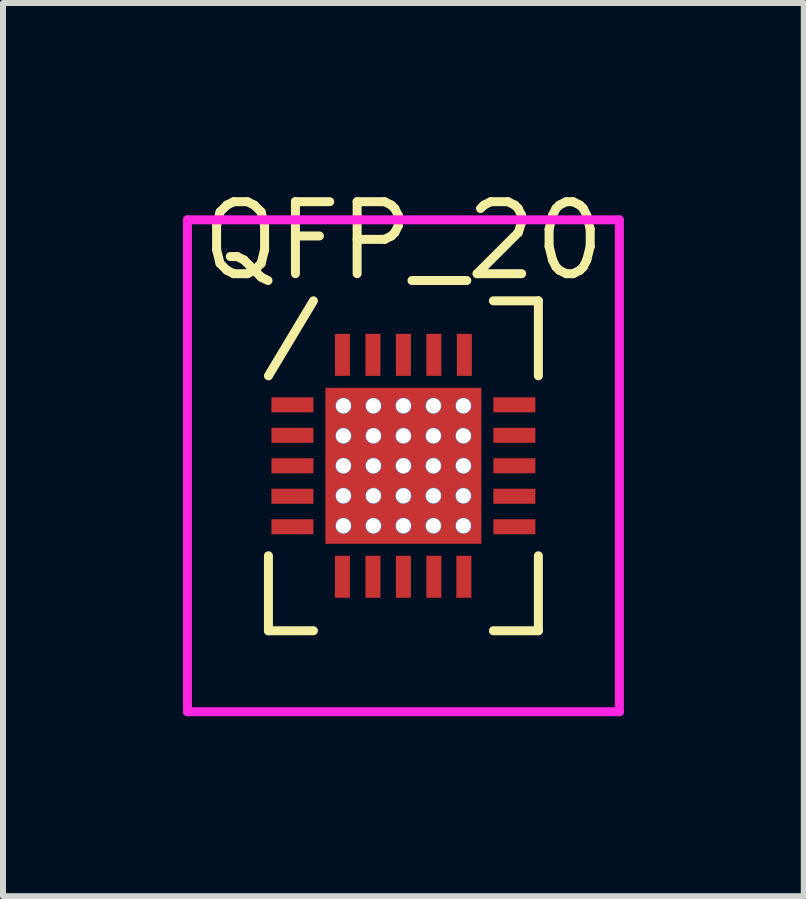
<source format=kicad_pcb>
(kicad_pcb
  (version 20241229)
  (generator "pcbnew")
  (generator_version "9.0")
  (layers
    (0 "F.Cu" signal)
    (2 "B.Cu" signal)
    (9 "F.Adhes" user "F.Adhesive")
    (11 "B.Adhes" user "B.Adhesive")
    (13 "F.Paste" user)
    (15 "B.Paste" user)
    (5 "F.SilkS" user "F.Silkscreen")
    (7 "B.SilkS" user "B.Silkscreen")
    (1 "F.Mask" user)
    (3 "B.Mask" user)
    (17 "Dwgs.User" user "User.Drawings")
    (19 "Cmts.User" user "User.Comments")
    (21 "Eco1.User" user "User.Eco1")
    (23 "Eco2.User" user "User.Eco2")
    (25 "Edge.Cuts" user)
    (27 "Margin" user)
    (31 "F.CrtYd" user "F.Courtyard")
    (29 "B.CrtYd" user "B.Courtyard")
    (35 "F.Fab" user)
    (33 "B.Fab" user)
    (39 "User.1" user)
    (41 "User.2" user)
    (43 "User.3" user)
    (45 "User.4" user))
  (footprint "QFP_20"
    (layer "F.Cu")
    (at 3.675 4.715)
    (property "Reference" "QFP_20" (at 0 -3.75 0) (layer "F.SilkS") (effects (font (size 1.2 1.2) (thickness 0.15))))
    (attr through_hole)
    (fp_line (start -2.25 -1.5) (end -1.5 -2.75) (stroke (width 0.15) (type solid)) (layer "F.SilkS"))
    (fp_line (start -2.25 2.75) (end -2.25 1.5) (stroke (width 0.15) (type solid)) (layer "F.SilkS"))
    (fp_line (start -1.5 2.75) (end -2.25 2.75) (stroke (width 0.15) (type solid)) (layer "F.SilkS"))
    (fp_line (start 1.5 -2.75) (end 2.25 -2.75) (stroke (width 0.15) (type solid)) (layer "F.SilkS"))
    (fp_line (start 1.5 2.75) (end 2.25 2.75) (stroke (width 0.15) (type solid)) (layer "F.SilkS"))
    (fp_line (start 2.25 -2.75) (end 2.25 -1.5) (stroke (width 0.15) (type solid)) (layer "F.SilkS"))
    (fp_line (start 2.25 2.75) (end 2.25 1.5) (stroke (width 0.15) (type solid)) (layer "F.SilkS"))
    (fp_line (start -3.6 -4.1) (end 3.6 -4.1) (stroke (width 0.15) (type solid)) (layer "F.CrtYd"))
    (fp_line (start -3.6 4.1) (end -3.6 -4.1) (stroke (width 0.15) (type solid)) (layer "F.CrtYd"))
    (fp_line (start 3.6 -4.1) (end 3.6 4.1) (stroke (width 0.15) (type solid)) (layer "F.CrtYd"))
    (fp_line (start 3.6 4.1) (end -3.6 4.1) (stroke (width 0.15) (type solid)) (layer "F.CrtYd"))
    (pad "1" smd rect (at -1.85 -1.016 90) (size 0.25 0.7) (layers "F.Cu" "F.Mask" "F.Paste"))
    (pad "2" smd rect (at -1.85 -0.508 90) (size 0.25 0.7) (layers "F.Cu" "F.Mask" "F.Paste"))
    (pad "3" smd rect (at -1.85 0 90) (size 0.25 0.7) (layers "F.Cu" "F.Mask" "F.Paste"))
    (pad "4" smd rect (at -1.85 0.508 90) (size 0.25 0.7) (layers "F.Cu" "F.Mask" "F.Paste"))
    (pad "5" smd rect (at -1.85 1.016 90) (size 0.25 0.7) (layers "F.Cu" "F.Mask" "F.Paste"))
    (pad "6" smd rect (at -1.016 1.85) (size 0.25 0.7) (layers "F.Cu" "F.Mask" "F.Paste"))
    (pad "7" smd rect (at -0.508 1.85) (size 0.25 0.7) (layers "F.Cu" "F.Mask" "F.Paste"))
    (pad "8" smd rect (at 0 1.85) (size 0.25 0.7) (layers "F.Cu" "F.Mask" "F.Paste"))
    (pad "9" smd rect (at 0.508 1.85) (size 0.25 0.7) (layers "F.Cu" "F.Mask" "F.Paste"))
    (pad "10" smd rect (at 1.008 1.85) (size 0.25 0.7) (layers "F.Cu" "F.Mask" "F.Paste"))
    (pad "11" smd rect (at 1.85 1.016 90) (size 0.25 0.7) (layers "F.Cu" "F.Mask" "F.Paste"))
    (pad "12" smd rect (at 1.85 0.508 90) (size 0.25 0.7) (layers "F.Cu" "F.Mask" "F.Paste"))
    (pad "13" smd rect (at 1.85 0 90) (size 0.25 0.7) (layers "F.Cu" "F.Mask" "F.Paste"))
    (pad "14" smd rect (at 1.85 -0.508 90) (size 0.25 0.7) (layers "F.Cu" "F.Mask" "F.Paste"))
    (pad "15" smd rect (at 1.85 -1.016 90) (size 0.25 0.7) (layers "F.Cu" "F.Mask" "F.Paste"))
    (pad "16" smd rect (at 1.016 -1.85) (size 0.25 0.7) (layers "F.Cu" "F.Mask" "F.Paste"))
    (pad "17" smd rect (at 0.508 -1.85) (size 0.25 0.7) (layers "F.Cu" "F.Mask" "F.Paste"))
    (pad "18" smd rect (at 0 -1.85) (size 0.25 0.7) (layers "F.Cu" "F.Mask" "F.Paste"))
    (pad "19" smd rect (at -0.508 -1.85) (size 0.25 0.7) (layers "F.Cu" "F.Mask" "F.Paste"))
    (pad "20" smd rect (at -1.016 -1.85) (size 0.25 0.7) (layers "F.Cu" "F.Mask" "F.Paste"))
    (pad "21" thru_hole circle (at -1 -1) (size 0.27 0.27) (drill 0.254) (layers "*.Cu" "*.Mask"))
    (pad "21" thru_hole circle (at -1 -0.5) (size 0.27 0.27) (drill 0.254) (layers "*.Cu" "*.Mask"))
    (pad "21" thru_hole circle (at -1 0) (size 0.27 0.27) (drill 0.254) (layers "*.Cu" "*.Mask"))
    (pad "21" thru_hole circle (at -1 0.5) (size 0.27 0.27) (drill 0.254) (layers "*.Cu" "*.Mask"))
    (pad "21" thru_hole circle (at -1 1) (size 0.27 0.27) (drill 0.254) (layers "*.Cu" "*.Mask"))
    (pad "21" thru_hole circle (at -0.5 -1) (size 0.27 0.27) (drill 0.254) (layers "*.Cu" "*.Mask"))
    (pad "21" thru_hole circle (at -0.5 -0.5) (size 0.27 0.27) (drill 0.254) (layers "*.Cu" "*.Mask"))
    (pad "21" thru_hole circle (at -0.5 0) (size 0.27 0.27) (drill 0.254) (layers "*.Cu" "*.Mask"))
    (pad "21" thru_hole circle (at -0.5 0.5) (size 0.27 0.27) (drill 0.254) (layers "*.Cu" "*.Mask"))
    (pad "21" thru_hole circle (at -0.5 1) (size 0.27 0.27) (drill 0.254) (layers "*.Cu" "*.Mask"))
    (pad "21" thru_hole circle (at 0 -1) (size 0.27 0.27) (drill 0.254) (layers "*.Cu" "*.Mask"))
    (pad "21" thru_hole circle (at 0 -0.5) (size 0.27 0.27) (drill 0.254) (layers "*.Cu" "*.Mask"))
    (pad "21" thru_hole circle (at 0 0) (size 0.27 0.27) (drill 0.254) (layers "*.Cu" "*.Mask"))
    (pad "21" smd rect (at 0 0) (size 2.6 2.6) (layers "F.Cu" "F.Mask" "F.Paste"))
    (pad "21" thru_hole circle (at 0 0.5) (size 0.27 0.27) (drill 0.254) (layers "*.Cu" "*.Mask"))
    (pad "21" thru_hole circle (at 0 1) (size 0.27 0.27) (drill 0.254) (layers "*.Cu" "*.Mask"))
    (pad "21" thru_hole circle (at 0.5 -1) (size 0.27 0.27) (drill 0.254) (layers "*.Cu" "*.Mask"))
    (pad "21" thru_hole circle (at 0.5 -0.5) (size 0.27 0.27) (drill 0.254) (layers "*.Cu" "*.Mask"))
    (pad "21" thru_hole circle (at 0.5 0) (size 0.27 0.27) (drill 0.254) (layers "*.Cu" "*.Mask"))
    (pad "21" thru_hole circle (at 0.5 0.5) (size 0.27 0.27) (drill 0.254) (layers "*.Cu" "*.Mask"))
    (pad "21" thru_hole circle (at 0.5 1) (size 0.27 0.27) (drill 0.254) (layers "*.Cu" "*.Mask"))
    (pad "21" thru_hole circle (at 1 -1) (size 0.27 0.27) (drill 0.254) (layers "*.Cu" "*.Mask"))
    (pad "21" thru_hole circle (at 1 -0.5) (size 0.27 0.27) (drill 0.254) (layers "*.Cu" "*.Mask"))
    (pad "21" thru_hole circle (at 1 0) (size 0.27 0.27) (drill 0.254) (layers "*.Cu" "*.Mask"))
    (pad "21" thru_hole circle (at 1 0.5) (size 0.27 0.27) (drill 0.254) (layers "*.Cu" "*.Mask"))
    (pad "21" thru_hole circle (at 1 1) (size 0.27 0.27) (drill 0.254) (layers "*.Cu" "*.Mask")))
  (gr_rect
    (start -3 -3)
    (end 10.35 11.89)
    (stroke (width 0.1) (type default))
    (fill no)
    (layer "Edge.Cuts")))
</source>
